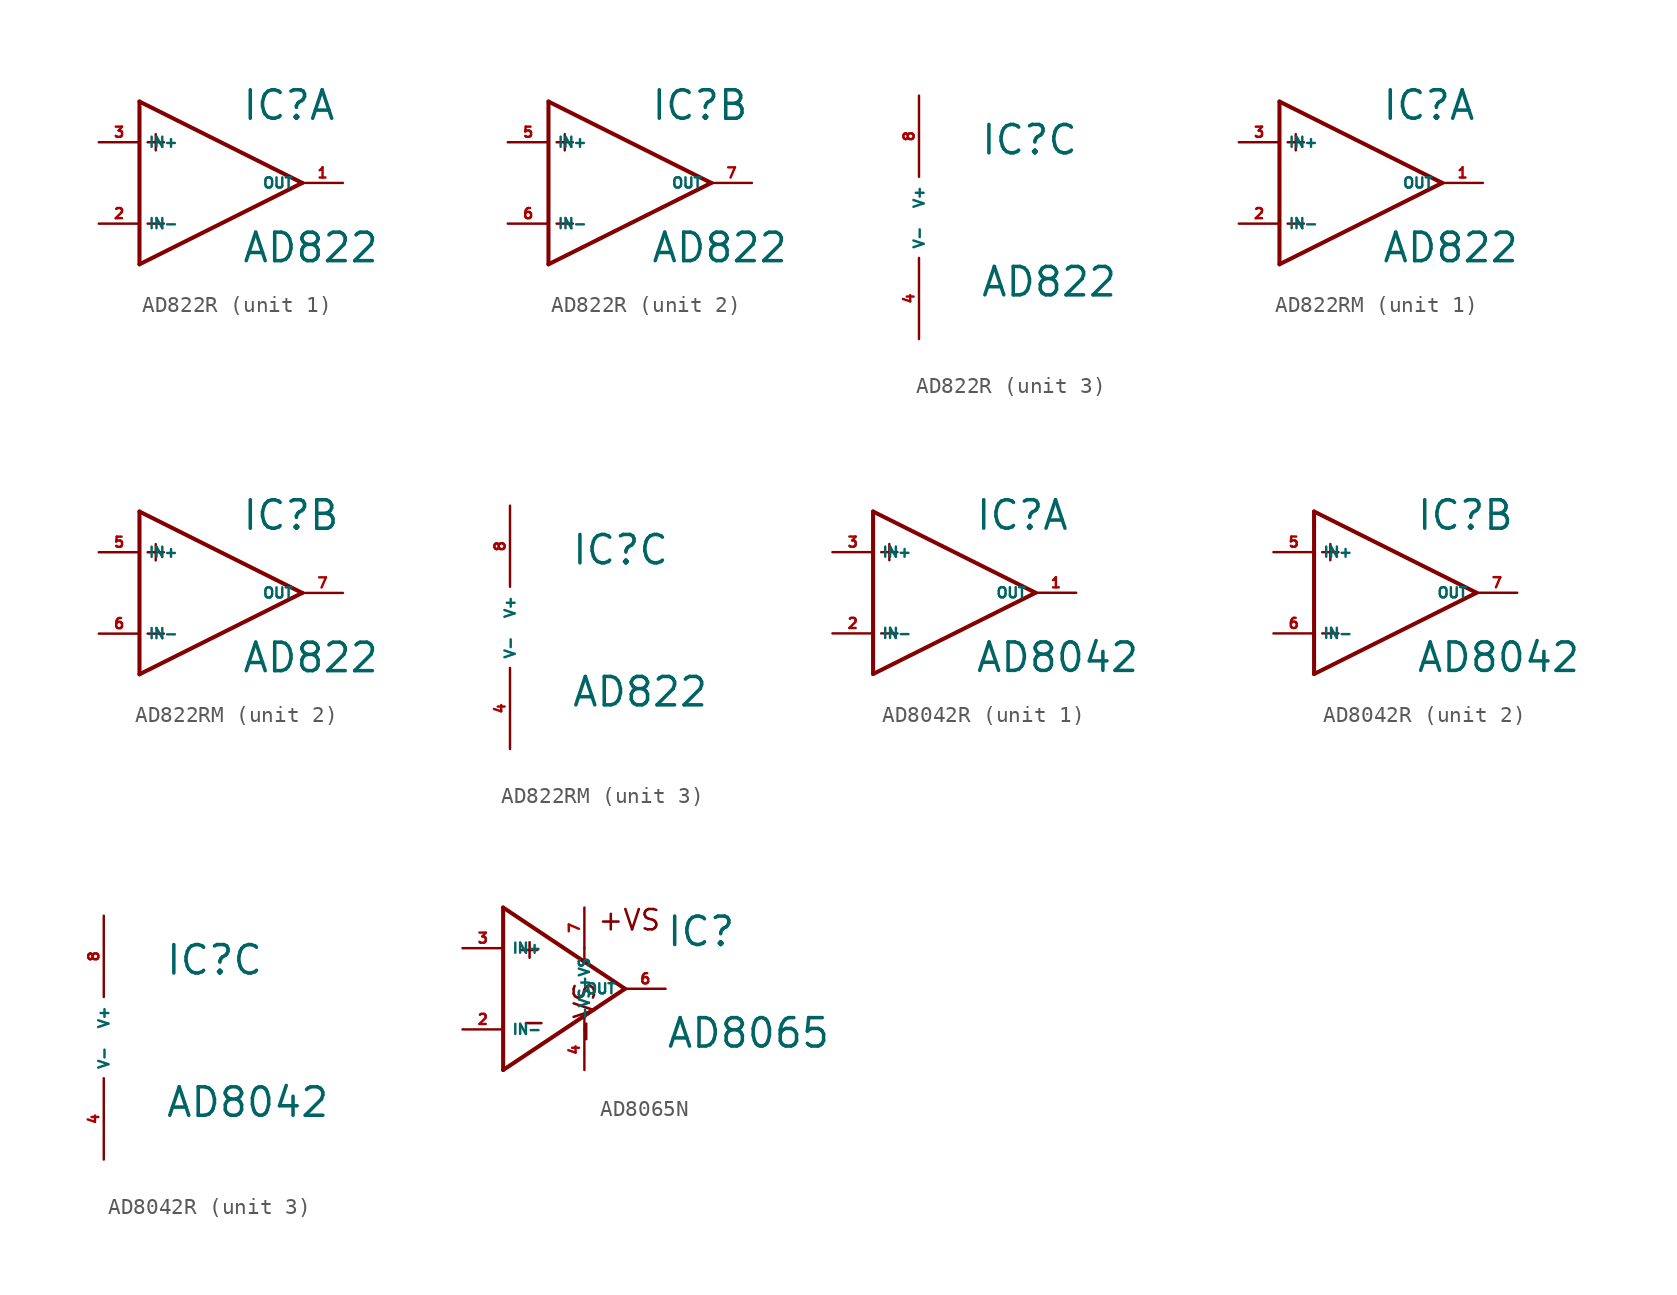
<source format=kicad_sym>
(kicad_symbol_lib
  (version 20220914)
  (generator Eagle2Kicad)
  (symbol "AD822R"
    (property "Reference" "IC"
      (at 3.81 3.81 0)
      (effects (font (size 1.778 1.778) (thickness 0.22)) (justify left bottom)))
    (property "Value" "AD822"
      (at 3.81 -5.08 0)
      (effects (font (size 1.778 1.778) (thickness 0.22)) (justify left bottom)))
    (symbol "AD822R_1_0"
      (polyline (pts (xy -2.54 5.08) (xy -2.54 -5.08)) (stroke (width 0.254) (type default)) (fill (type none)))
      (polyline (pts (xy -2.54 -5.08) (xy 7.62 0)) (stroke (width 0.254) (type default)) (fill (type none)))
      (polyline (pts (xy 7.62 0) (xy -2.54 5.08)) (stroke (width 0.254) (type default)) (fill (type none)))
      (polyline (pts (xy -2.032 2.54) (xy -1.016 2.54)) (stroke (width 0.152) (type default)) (fill (type none)))
      (polyline (pts (xy -1.524 3.048) (xy -1.524 2.032)) (stroke (width 0.152) (type default)) (fill (type none)))
      (polyline (pts (xy -2.032 -2.54) (xy -1.016 -2.54)) (stroke (width 0.152) (type default)) (fill (type none)))
      (pin input line (at -5.08 2.54 0) (length 2.54) (name "IN+" (effects (font (size 0.635 0.635) (thickness 0.08)) (justify left bottom))) (number "3" (effects (font (size 0.635 0.635) (thickness 0.08)) (justify left bottom))))
      (pin input line (at -5.08 -2.54 0) (length 2.54) (name "IN-" (effects (font (size 0.635 0.635) (thickness 0.08)) (justify left bottom))) (number "2" (effects (font (size 0.635 0.635) (thickness 0.08)) (justify left bottom))))
      (pin output line (at 10.16 0 180) (length 2.54) (name "OUT" (effects (font (size 0.635 0.635) (thickness 0.08)) (justify left bottom))) (number "1" (effects (font (size 0.635 0.635) (thickness 0.08)) (justify left bottom)))))
    (symbol "AD822R_2_0"
      (polyline (pts (xy -2.54 5.08) (xy -2.54 -5.08)) (stroke (width 0.254) (type default)) (fill (type none)))
      (polyline (pts (xy -2.54 -5.08) (xy 7.62 0)) (stroke (width 0.254) (type default)) (fill (type none)))
      (polyline (pts (xy 7.62 0) (xy -2.54 5.08)) (stroke (width 0.254) (type default)) (fill (type none)))
      (polyline (pts (xy -2.032 2.54) (xy -1.016 2.54)) (stroke (width 0.152) (type default)) (fill (type none)))
      (polyline (pts (xy -1.524 3.048) (xy -1.524 2.032)) (stroke (width 0.152) (type default)) (fill (type none)))
      (polyline (pts (xy -2.032 -2.54) (xy -1.016 -2.54)) (stroke (width 0.152) (type default)) (fill (type none)))
      (pin input line (at -5.08 2.54 0) (length 2.54) (name "IN+" (effects (font (size 0.635 0.635) (thickness 0.08)) (justify left bottom))) (number "5" (effects (font (size 0.635 0.635) (thickness 0.08)) (justify left bottom))))
      (pin input line (at -5.08 -2.54 0) (length 2.54) (name "IN-" (effects (font (size 0.635 0.635) (thickness 0.08)) (justify left bottom))) (number "6" (effects (font (size 0.635 0.635) (thickness 0.08)) (justify left bottom))))
      (pin output line (at 10.16 0 180) (length 2.54) (name "OUT" (effects (font (size 0.635 0.635) (thickness 0.08)) (justify left bottom))) (number "7" (effects (font (size 0.635 0.635) (thickness 0.08)) (justify left bottom)))))
    (symbol "AD822R_3_0"
      (pin unspecified line (at 0 7.62 270) (length 5.08) (name "V+" (effects (font (size 0.635 0.635) (thickness 0.08)) (justify left bottom))) (number "8" (effects (font (size 0.635 0.635) (thickness 0.08)) (justify left bottom))))
      (pin unspecified line (at 0 -7.62 90) (length 5.08) (name "V-" (effects (font (size 0.635 0.635) (thickness 0.08)) (justify left bottom))) (number "4" (effects (font (size 0.635 0.635) (thickness 0.08)) (justify left bottom))))))
  (symbol "AD822RM"
    (property "Reference" "IC"
      (at 3.81 3.81 0)
      (effects (font (size 1.778 1.778) (thickness 0.22)) (justify left bottom)))
    (property "Value" "AD822"
      (at 3.81 -5.08 0)
      (effects (font (size 1.778 1.778) (thickness 0.22)) (justify left bottom)))
    (symbol "AD822RM_1_0"
      (polyline (pts (xy -2.54 5.08) (xy -2.54 -5.08)) (stroke (width 0.254) (type default)) (fill (type none)))
      (polyline (pts (xy -2.54 -5.08) (xy 7.62 0)) (stroke (width 0.254) (type default)) (fill (type none)))
      (polyline (pts (xy 7.62 0) (xy -2.54 5.08)) (stroke (width 0.254) (type default)) (fill (type none)))
      (polyline (pts (xy -2.032 2.54) (xy -1.016 2.54)) (stroke (width 0.152) (type default)) (fill (type none)))
      (polyline (pts (xy -1.524 3.048) (xy -1.524 2.032)) (stroke (width 0.152) (type default)) (fill (type none)))
      (polyline (pts (xy -2.032 -2.54) (xy -1.016 -2.54)) (stroke (width 0.152) (type default)) (fill (type none)))
      (pin input line (at -5.08 2.54 0) (length 2.54) (name "IN+" (effects (font (size 0.635 0.635) (thickness 0.08)) (justify left bottom))) (number "3" (effects (font (size 0.635 0.635) (thickness 0.08)) (justify left bottom))))
      (pin input line (at -5.08 -2.54 0) (length 2.54) (name "IN-" (effects (font (size 0.635 0.635) (thickness 0.08)) (justify left bottom))) (number "2" (effects (font (size 0.635 0.635) (thickness 0.08)) (justify left bottom))))
      (pin output line (at 10.16 0 180) (length 2.54) (name "OUT" (effects (font (size 0.635 0.635) (thickness 0.08)) (justify left bottom))) (number "1" (effects (font (size 0.635 0.635) (thickness 0.08)) (justify left bottom)))))
    (symbol "AD822RM_2_0"
      (polyline (pts (xy -2.54 5.08) (xy -2.54 -5.08)) (stroke (width 0.254) (type default)) (fill (type none)))
      (polyline (pts (xy -2.54 -5.08) (xy 7.62 0)) (stroke (width 0.254) (type default)) (fill (type none)))
      (polyline (pts (xy 7.62 0) (xy -2.54 5.08)) (stroke (width 0.254) (type default)) (fill (type none)))
      (polyline (pts (xy -2.032 2.54) (xy -1.016 2.54)) (stroke (width 0.152) (type default)) (fill (type none)))
      (polyline (pts (xy -1.524 3.048) (xy -1.524 2.032)) (stroke (width 0.152) (type default)) (fill (type none)))
      (polyline (pts (xy -2.032 -2.54) (xy -1.016 -2.54)) (stroke (width 0.152) (type default)) (fill (type none)))
      (pin input line (at -5.08 2.54 0) (length 2.54) (name "IN+" (effects (font (size 0.635 0.635) (thickness 0.08)) (justify left bottom))) (number "5" (effects (font (size 0.635 0.635) (thickness 0.08)) (justify left bottom))))
      (pin input line (at -5.08 -2.54 0) (length 2.54) (name "IN-" (effects (font (size 0.635 0.635) (thickness 0.08)) (justify left bottom))) (number "6" (effects (font (size 0.635 0.635) (thickness 0.08)) (justify left bottom))))
      (pin output line (at 10.16 0 180) (length 2.54) (name "OUT" (effects (font (size 0.635 0.635) (thickness 0.08)) (justify left bottom))) (number "7" (effects (font (size 0.635 0.635) (thickness 0.08)) (justify left bottom)))))
    (symbol "AD822RM_3_0"
      (pin unspecified line (at 0 7.62 270) (length 5.08) (name "V+" (effects (font (size 0.635 0.635) (thickness 0.08)) (justify left bottom))) (number "8" (effects (font (size 0.635 0.635) (thickness 0.08)) (justify left bottom))))
      (pin unspecified line (at 0 -7.62 90) (length 5.08) (name "V-" (effects (font (size 0.635 0.635) (thickness 0.08)) (justify left bottom))) (number "4" (effects (font (size 0.635 0.635) (thickness 0.08)) (justify left bottom))))))
  (symbol "AD8042R"
    (property "Reference" "IC"
      (at 3.81 3.81 0)
      (effects (font (size 1.778 1.778) (thickness 0.22)) (justify left bottom)))
    (property "Value" "AD8042"
      (at 3.81 -5.08 0)
      (effects (font (size 1.778 1.778) (thickness 0.22)) (justify left bottom)))
    (symbol "AD8042R_1_0"
      (polyline (pts (xy -2.54 5.08) (xy -2.54 -5.08)) (stroke (width 0.254) (type default)) (fill (type none)))
      (polyline (pts (xy -2.54 -5.08) (xy 7.62 0)) (stroke (width 0.254) (type default)) (fill (type none)))
      (polyline (pts (xy 7.62 0) (xy -2.54 5.08)) (stroke (width 0.254) (type default)) (fill (type none)))
      (polyline (pts (xy -2.032 2.54) (xy -1.016 2.54)) (stroke (width 0.152) (type default)) (fill (type none)))
      (polyline (pts (xy -1.524 3.048) (xy -1.524 2.032)) (stroke (width 0.152) (type default)) (fill (type none)))
      (polyline (pts (xy -2.032 -2.54) (xy -1.016 -2.54)) (stroke (width 0.152) (type default)) (fill (type none)))
      (pin input line (at -5.08 2.54 0) (length 2.54) (name "IN+" (effects (font (size 0.635 0.635) (thickness 0.08)) (justify left bottom))) (number "3" (effects (font (size 0.635 0.635) (thickness 0.08)) (justify left bottom))))
      (pin input line (at -5.08 -2.54 0) (length 2.54) (name "IN-" (effects (font (size 0.635 0.635) (thickness 0.08)) (justify left bottom))) (number "2" (effects (font (size 0.635 0.635) (thickness 0.08)) (justify left bottom))))
      (pin output line (at 10.16 0 180) (length 2.54) (name "OUT" (effects (font (size 0.635 0.635) (thickness 0.08)) (justify left bottom))) (number "1" (effects (font (size 0.635 0.635) (thickness 0.08)) (justify left bottom)))))
    (symbol "AD8042R_2_0"
      (polyline (pts (xy -2.54 5.08) (xy -2.54 -5.08)) (stroke (width 0.254) (type default)) (fill (type none)))
      (polyline (pts (xy -2.54 -5.08) (xy 7.62 0)) (stroke (width 0.254) (type default)) (fill (type none)))
      (polyline (pts (xy 7.62 0) (xy -2.54 5.08)) (stroke (width 0.254) (type default)) (fill (type none)))
      (polyline (pts (xy -2.032 2.54) (xy -1.016 2.54)) (stroke (width 0.152) (type default)) (fill (type none)))
      (polyline (pts (xy -1.524 3.048) (xy -1.524 2.032)) (stroke (width 0.152) (type default)) (fill (type none)))
      (polyline (pts (xy -2.032 -2.54) (xy -1.016 -2.54)) (stroke (width 0.152) (type default)) (fill (type none)))
      (pin input line (at -5.08 2.54 0) (length 2.54) (name "IN+" (effects (font (size 0.635 0.635) (thickness 0.08)) (justify left bottom))) (number "5" (effects (font (size 0.635 0.635) (thickness 0.08)) (justify left bottom))))
      (pin input line (at -5.08 -2.54 0) (length 2.54) (name "IN-" (effects (font (size 0.635 0.635) (thickness 0.08)) (justify left bottom))) (number "6" (effects (font (size 0.635 0.635) (thickness 0.08)) (justify left bottom))))
      (pin output line (at 10.16 0 180) (length 2.54) (name "OUT" (effects (font (size 0.635 0.635) (thickness 0.08)) (justify left bottom))) (number "7" (effects (font (size 0.635 0.635) (thickness 0.08)) (justify left bottom)))))
    (symbol "AD8042R_3_0"
      (pin unspecified line (at 0 7.62 270) (length 5.08) (name "V+" (effects (font (size 0.635 0.635) (thickness 0.08)) (justify left bottom))) (number "8" (effects (font (size 0.635 0.635) (thickness 0.08)) (justify left bottom))))
      (pin unspecified line (at 0 -7.62 90) (length 5.08) (name "V-" (effects (font (size 0.635 0.635) (thickness 0.08)) (justify left bottom))) (number "4" (effects (font (size 0.635 0.635) (thickness 0.08)) (justify left bottom))))))
  (symbol "AD8065N"
    (property "Reference" "IC"
      (at 7.62 2.54 0)
      (effects (font (size 1.778 1.778) (thickness 0.22)) (justify left bottom)))
    (property "Value" "AD8065"
      (at 7.62 -3.81 0)
      (effects (font (size 1.778 1.778) (thickness 0.22)) (justify left bottom)))
    (polyline
      (pts (xy -2.54 5.08) (xy -2.54 -5.08))
      (stroke (width 0.254) (type default))
      (fill (type none)))
    (polyline
      (pts (xy -2.54 -5.08) (xy 5.08 0))
      (stroke (width 0.254) (type default))
      (fill (type none)))
    (polyline
      (pts (xy 5.08 0) (xy -2.54 5.08))
      (stroke (width 0.254) (type default))
      (fill (type none)))
    (polyline
      (pts (xy 2.54 2.54) (xy 2.54 1.778))
      (stroke (width 0.152) (type default))
      (fill (type none)))
    (polyline
      (pts (xy 2.54 -2.54) (xy 2.54 -1.778))
      (stroke (width 0.152) (type default))
      (fill (type none)))
    (text "+"
      (at -1.778 1.778 0)
      (effects (font (size 1.27 1.27) (thickness 0.16)) (justify left bottom)))
    (text "-"
      (at -1.524 -2.794 0)
      (effects (font (size 1.27 1.27) (thickness 0.16)) (justify left bottom)))
    (text "+VS"
      (at 3.302 3.556 0)
      (effects (font (size 1.27 1.27) (thickness 0.16)) (justify left bottom)))
    (text "-VS"
      (at 3.302 -3.556 1800)
      (effects (font (size 1.27 1.27) (thickness 0.16)) (justify left bottom mirror)))
    (pin input line
      (at -5.08 2.54 0)
      (length 2.54)
      (name "IN+" (effects (font (size 0.635 0.635) (thickness 0.08)) (justify left bottom)))
      (number "3" (effects (font (size 0.635 0.635) (thickness 0.08)) (justify left bottom))))
    (pin input line
      (at -5.08 -2.54 0)
      (length 2.54)
      (name "IN-" (effects (font (size 0.635 0.635) (thickness 0.08)) (justify left bottom)))
      (number "2" (effects (font (size 0.635 0.635) (thickness 0.08)) (justify left bottom))))
    (pin output line
      (at 7.62 0 180)
      (length 2.54)
      (name "OUT" (effects (font (size 0.635 0.635) (thickness 0.08)) (justify left bottom)))
      (number "6" (effects (font (size 0.635 0.635) (thickness 0.08)) (justify left bottom))))
    (pin input line
      (at 2.54 -5.08 90)
      (length 2.54)
      (name "-VS" (effects (font (size 0.635 0.635) (thickness 0.08)) (justify left bottom)))
      (number "4" (effects (font (size 0.635 0.635) (thickness 0.08)) (justify left bottom))))
    (pin input line
      (at 2.54 5.08 270)
      (length 2.54)
      (name "+VS" (effects (font (size 0.635 0.635) (thickness 0.08)) (justify left bottom)))
      (number "7" (effects (font (size 0.635 0.635) (thickness 0.08)) (justify left bottom))))))
</source>
